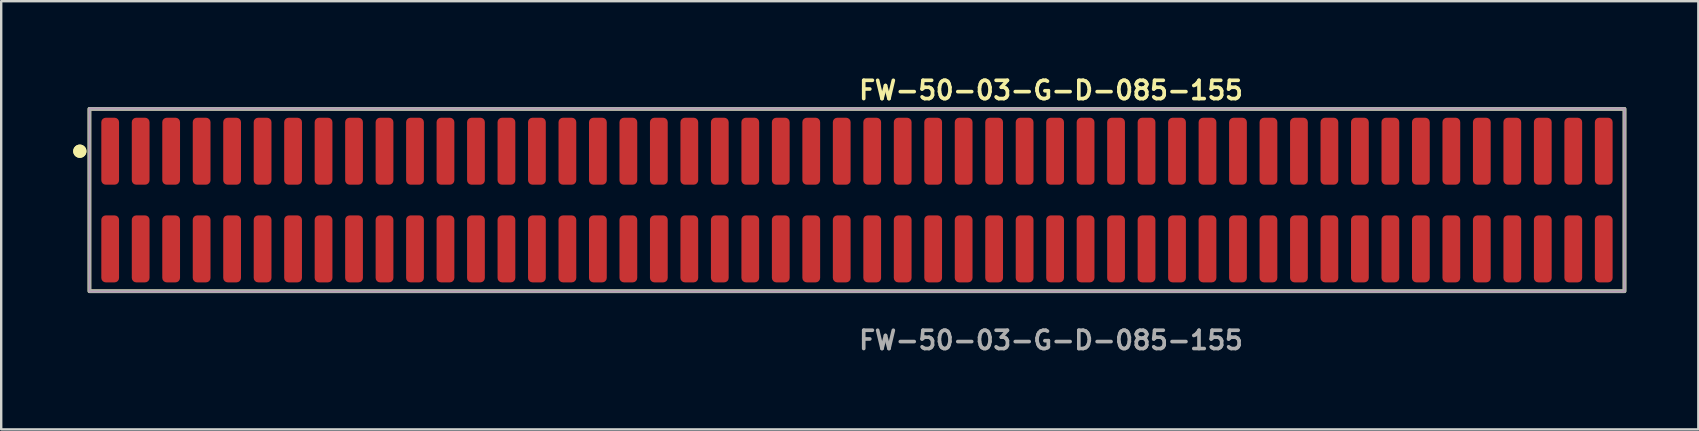
<source format=kicad_pcb>
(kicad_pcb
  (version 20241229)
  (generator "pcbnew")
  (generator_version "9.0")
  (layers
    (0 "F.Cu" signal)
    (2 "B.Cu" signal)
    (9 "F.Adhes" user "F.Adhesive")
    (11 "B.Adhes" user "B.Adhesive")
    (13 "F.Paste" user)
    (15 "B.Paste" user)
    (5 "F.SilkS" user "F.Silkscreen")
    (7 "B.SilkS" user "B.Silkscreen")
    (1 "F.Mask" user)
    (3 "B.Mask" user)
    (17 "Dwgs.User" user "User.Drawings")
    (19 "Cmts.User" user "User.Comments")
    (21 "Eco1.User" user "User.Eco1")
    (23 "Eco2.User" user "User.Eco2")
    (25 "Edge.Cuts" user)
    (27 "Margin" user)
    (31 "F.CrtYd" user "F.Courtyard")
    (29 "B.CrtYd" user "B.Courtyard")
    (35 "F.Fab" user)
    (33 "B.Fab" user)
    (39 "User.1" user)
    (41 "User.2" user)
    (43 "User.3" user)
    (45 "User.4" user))
  (footprint "FW-50-03-G-D-085-155"
    (layer "F.Cu")
    (at 32.656 5.285)
    (property "Reference" "FW-50-03-G-D-085-155" (at 0 -4.572 0) (unlocked yes) (layer "F.SilkS") (effects (font (size 0.762 0.762) (thickness 0.152)) (justify left)))
    (fp_rect (start -31.98 3.8) (end 31.98 -3.8) (stroke (width 0.152) (type solid)) (fill no) (layer "F.SilkS"))
    (fp_circle (center -32.38 -2.035) (end -32.58 -2.035) (stroke (width 0.152) (type solid)) (fill yes) (layer "F.SilkS"))
    (fp_circle (center -32.38 -2.035) (end -32.58 -2.035) (stroke (width 0.152) (type solid)) (fill yes) (layer "F.SilkS"))
    (fp_rect (start -31.98 3.8) (end 31.98 -3.8) (stroke (width 0.006) (type solid)) (fill no) (layer "F.CrtYd"))
    (fp_rect (start -31.98 3.8) (end 31.98 -3.8) (stroke (width 0.152) (type solid)) (fill no) (layer "F.Fab"))
    (fp_text user "${REFERENCE}" (at 0 5.842 0) (unlocked yes) (layer "F.Fab") (effects (font (size 0.762 0.762) (thickness 0.152)) (justify left)))
    (pad "1" smd roundrect (at -31.115 -2.035) (size 0.74 2.79) (layers "F.Cu" "F.Paste") (roundrect_rratio 0.25))
    (pad "2" smd roundrect (at -31.115 2.035) (size 0.74 2.79) (layers "F.Cu" "F.Paste") (roundrect_rratio 0.25))
    (pad "3" smd roundrect (at -29.845 -2.035) (size 0.74 2.79) (layers "F.Cu" "F.Paste") (roundrect_rratio 0.25))
    (pad "4" smd roundrect (at -29.845 2.035) (size 0.74 2.79) (layers "F.Cu" "F.Paste") (roundrect_rratio 0.25))
    (pad "5" smd roundrect (at -28.575 -2.035) (size 0.74 2.79) (layers "F.Cu" "F.Paste") (roundrect_rratio 0.25))
    (pad "6" smd roundrect (at -28.575 2.035) (size 0.74 2.79) (layers "F.Cu" "F.Paste") (roundrect_rratio 0.25))
    (pad "7" smd roundrect (at -27.305 -2.035) (size 0.74 2.79) (layers "F.Cu" "F.Paste") (roundrect_rratio 0.25))
    (pad "8" smd roundrect (at -27.305 2.035) (size 0.74 2.79) (layers "F.Cu" "F.Paste") (roundrect_rratio 0.25))
    (pad "9" smd roundrect (at -26.035 -2.035) (size 0.74 2.79) (layers "F.Cu" "F.Paste") (roundrect_rratio 0.25))
    (pad "10" smd roundrect (at -26.035 2.035) (size 0.74 2.79) (layers "F.Cu" "F.Paste") (roundrect_rratio 0.25))
    (pad "11" smd roundrect (at -24.765 -2.035) (size 0.74 2.79) (layers "F.Cu" "F.Paste") (roundrect_rratio 0.25))
    (pad "12" smd roundrect (at -24.765 2.035) (size 0.74 2.79) (layers "F.Cu" "F.Paste") (roundrect_rratio 0.25))
    (pad "13" smd roundrect (at -23.495 -2.035) (size 0.74 2.79) (layers "F.Cu" "F.Paste") (roundrect_rratio 0.25))
    (pad "14" smd roundrect (at -23.495 2.035) (size 0.74 2.79) (layers "F.Cu" "F.Paste") (roundrect_rratio 0.25))
    (pad "15" smd roundrect (at -22.225 -2.035) (size 0.74 2.79) (layers "F.Cu" "F.Paste") (roundrect_rratio 0.25))
    (pad "16" smd roundrect (at -22.225 2.035) (size 0.74 2.79) (layers "F.Cu" "F.Paste") (roundrect_rratio 0.25))
    (pad "17" smd roundrect (at -20.955 -2.035) (size 0.74 2.79) (layers "F.Cu" "F.Paste") (roundrect_rratio 0.25))
    (pad "18" smd roundrect (at -20.955 2.035) (size 0.74 2.79) (layers "F.Cu" "F.Paste") (roundrect_rratio 0.25))
    (pad "19" smd roundrect (at -19.685 -2.035) (size 0.74 2.79) (layers "F.Cu" "F.Paste") (roundrect_rratio 0.25))
    (pad "20" smd roundrect (at -19.685 2.035) (size 0.74 2.79) (layers "F.Cu" "F.Paste") (roundrect_rratio 0.25))
    (pad "21" smd roundrect (at -18.415 -2.035) (size 0.74 2.79) (layers "F.Cu" "F.Paste") (roundrect_rratio 0.25))
    (pad "22" smd roundrect (at -18.415 2.035) (size 0.74 2.79) (layers "F.Cu" "F.Paste") (roundrect_rratio 0.25))
    (pad "23" smd roundrect (at -17.145 -2.035) (size 0.74 2.79) (layers "F.Cu" "F.Paste") (roundrect_rratio 0.25))
    (pad "24" smd roundrect (at -17.145 2.035) (size 0.74 2.79) (layers "F.Cu" "F.Paste") (roundrect_rratio 0.25))
    (pad "25" smd roundrect (at -15.875 -2.035) (size 0.74 2.79) (layers "F.Cu" "F.Paste") (roundrect_rratio 0.25))
    (pad "26" smd roundrect (at -15.875 2.035) (size 0.74 2.79) (layers "F.Cu" "F.Paste") (roundrect_rratio 0.25))
    (pad "27" smd roundrect (at -14.605 -2.035) (size 0.74 2.79) (layers "F.Cu" "F.Paste") (roundrect_rratio 0.25))
    (pad "28" smd roundrect (at -14.605 2.035) (size 0.74 2.79) (layers "F.Cu" "F.Paste") (roundrect_rratio 0.25))
    (pad "29" smd roundrect (at -13.335 -2.035) (size 0.74 2.79) (layers "F.Cu" "F.Paste") (roundrect_rratio 0.25))
    (pad "30" smd roundrect (at -13.335 2.035) (size 0.74 2.79) (layers "F.Cu" "F.Paste") (roundrect_rratio 0.25))
    (pad "31" smd roundrect (at -12.065 -2.035) (size 0.74 2.79) (layers "F.Cu" "F.Paste") (roundrect_rratio 0.25))
    (pad "32" smd roundrect (at -12.065 2.035) (size 0.74 2.79) (layers "F.Cu" "F.Paste") (roundrect_rratio 0.25))
    (pad "33" smd roundrect (at -10.795 -2.035) (size 0.74 2.79) (layers "F.Cu" "F.Paste") (roundrect_rratio 0.25))
    (pad "34" smd roundrect (at -10.795 2.035) (size 0.74 2.79) (layers "F.Cu" "F.Paste") (roundrect_rratio 0.25))
    (pad "35" smd roundrect (at -9.525 -2.035) (size 0.74 2.79) (layers "F.Cu" "F.Paste") (roundrect_rratio 0.25))
    (pad "36" smd roundrect (at -9.525 2.035) (size 0.74 2.79) (layers "F.Cu" "F.Paste") (roundrect_rratio 0.25))
    (pad "37" smd roundrect (at -8.255 -2.035) (size 0.74 2.79) (layers "F.Cu" "F.Paste") (roundrect_rratio 0.25))
    (pad "38" smd roundrect (at -8.255 2.035) (size 0.74 2.79) (layers "F.Cu" "F.Paste") (roundrect_rratio 0.25))
    (pad "39" smd roundrect (at -6.985 -2.035) (size 0.74 2.79) (layers "F.Cu" "F.Paste") (roundrect_rratio 0.25))
    (pad "40" smd roundrect (at -6.985 2.035) (size 0.74 2.79) (layers "F.Cu" "F.Paste") (roundrect_rratio 0.25))
    (pad "41" smd roundrect (at -5.715 -2.035) (size 0.74 2.79) (layers "F.Cu" "F.Paste") (roundrect_rratio 0.25))
    (pad "42" smd roundrect (at -5.715 2.035) (size 0.74 2.79) (layers "F.Cu" "F.Paste") (roundrect_rratio 0.25))
    (pad "43" smd roundrect (at -4.445 -2.035) (size 0.74 2.79) (layers "F.Cu" "F.Paste") (roundrect_rratio 0.25))
    (pad "44" smd roundrect (at -4.445 2.035) (size 0.74 2.79) (layers "F.Cu" "F.Paste") (roundrect_rratio 0.25))
    (pad "45" smd roundrect (at -3.175 -2.035) (size 0.74 2.79) (layers "F.Cu" "F.Paste") (roundrect_rratio 0.25))
    (pad "46" smd roundrect (at -3.175 2.035) (size 0.74 2.79) (layers "F.Cu" "F.Paste") (roundrect_rratio 0.25))
    (pad "47" smd roundrect (at -1.905 -2.035) (size 0.74 2.79) (layers "F.Cu" "F.Paste") (roundrect_rratio 0.25))
    (pad "48" smd roundrect (at -1.905 2.035) (size 0.74 2.79) (layers "F.Cu" "F.Paste") (roundrect_rratio 0.25))
    (pad "49" smd roundrect (at -0.635 -2.035) (size 0.74 2.79) (layers "F.Cu" "F.Paste") (roundrect_rratio 0.25))
    (pad "50" smd roundrect (at -0.635 2.035) (size 0.74 2.79) (layers "F.Cu" "F.Paste") (roundrect_rratio 0.25))
    (pad "51" smd roundrect (at 0.635 -2.035) (size 0.74 2.79) (layers "F.Cu" "F.Paste") (roundrect_rratio 0.25))
    (pad "52" smd roundrect (at 0.635 2.035) (size 0.74 2.79) (layers "F.Cu" "F.Paste") (roundrect_rratio 0.25))
    (pad "53" smd roundrect (at 1.905 -2.035) (size 0.74 2.79) (layers "F.Cu" "F.Paste") (roundrect_rratio 0.25))
    (pad "54" smd roundrect (at 1.905 2.035) (size 0.74 2.79) (layers "F.Cu" "F.Paste") (roundrect_rratio 0.25))
    (pad "55" smd roundrect (at 3.175 -2.035) (size 0.74 2.79) (layers "F.Cu" "F.Paste") (roundrect_rratio 0.25))
    (pad "56" smd roundrect (at 3.175 2.035) (size 0.74 2.79) (layers "F.Cu" "F.Paste") (roundrect_rratio 0.25))
    (pad "57" smd roundrect (at 4.445 -2.035) (size 0.74 2.79) (layers "F.Cu" "F.Paste") (roundrect_rratio 0.25))
    (pad "58" smd roundrect (at 4.445 2.035) (size 0.74 2.79) (layers "F.Cu" "F.Paste") (roundrect_rratio 0.25))
    (pad "59" smd roundrect (at 5.715 -2.035) (size 0.74 2.79) (layers "F.Cu" "F.Paste") (roundrect_rratio 0.25))
    (pad "60" smd roundrect (at 5.715 2.035) (size 0.74 2.79) (layers "F.Cu" "F.Paste") (roundrect_rratio 0.25))
    (pad "61" smd roundrect (at 6.985 -2.035) (size 0.74 2.79) (layers "F.Cu" "F.Paste") (roundrect_rratio 0.25))
    (pad "62" smd roundrect (at 6.985 2.035) (size 0.74 2.79) (layers "F.Cu" "F.Paste") (roundrect_rratio 0.25))
    (pad "63" smd roundrect (at 8.255 -2.035) (size 0.74 2.79) (layers "F.Cu" "F.Paste") (roundrect_rratio 0.25))
    (pad "64" smd roundrect (at 8.255 2.035) (size 0.74 2.79) (layers "F.Cu" "F.Paste") (roundrect_rratio 0.25))
    (pad "65" smd roundrect (at 9.525 -2.035) (size 0.74 2.79) (layers "F.Cu" "F.Paste") (roundrect_rratio 0.25))
    (pad "66" smd roundrect (at 9.525 2.035) (size 0.74 2.79) (layers "F.Cu" "F.Paste") (roundrect_rratio 0.25))
    (pad "67" smd roundrect (at 10.795 -2.035) (size 0.74 2.79) (layers "F.Cu" "F.Paste") (roundrect_rratio 0.25))
    (pad "68" smd roundrect (at 10.795 2.035) (size 0.74 2.79) (layers "F.Cu" "F.Paste") (roundrect_rratio 0.25))
    (pad "69" smd roundrect (at 12.065 -2.035) (size 0.74 2.79) (layers "F.Cu" "F.Paste") (roundrect_rratio 0.25))
    (pad "70" smd roundrect (at 12.065 2.035) (size 0.74 2.79) (layers "F.Cu" "F.Paste") (roundrect_rratio 0.25))
    (pad "71" smd roundrect (at 13.335 -2.035) (size 0.74 2.79) (layers "F.Cu" "F.Paste") (roundrect_rratio 0.25))
    (pad "72" smd roundrect (at 13.335 2.035) (size 0.74 2.79) (layers "F.Cu" "F.Paste") (roundrect_rratio 0.25))
    (pad "73" smd roundrect (at 14.605 -2.035) (size 0.74 2.79) (layers "F.Cu" "F.Paste") (roundrect_rratio 0.25))
    (pad "74" smd roundrect (at 14.605 2.035) (size 0.74 2.79) (layers "F.Cu" "F.Paste") (roundrect_rratio 0.25))
    (pad "75" smd roundrect (at 15.875 -2.035) (size 0.74 2.79) (layers "F.Cu" "F.Paste") (roundrect_rratio 0.25))
    (pad "76" smd roundrect (at 15.875 2.035) (size 0.74 2.79) (layers "F.Cu" "F.Paste") (roundrect_rratio 0.25))
    (pad "77" smd roundrect (at 17.145 -2.035) (size 0.74 2.79) (layers "F.Cu" "F.Paste") (roundrect_rratio 0.25))
    (pad "78" smd roundrect (at 17.145 2.035) (size 0.74 2.79) (layers "F.Cu" "F.Paste") (roundrect_rratio 0.25))
    (pad "79" smd roundrect (at 18.415 -2.035) (size 0.74 2.79) (layers "F.Cu" "F.Paste") (roundrect_rratio 0.25))
    (pad "80" smd roundrect (at 18.415 2.035) (size 0.74 2.79) (layers "F.Cu" "F.Paste") (roundrect_rratio 0.25))
    (pad "81" smd roundrect (at 19.685 -2.035) (size 0.74 2.79) (layers "F.Cu" "F.Paste") (roundrect_rratio 0.25))
    (pad "82" smd roundrect (at 19.685 2.035) (size 0.74 2.79) (layers "F.Cu" "F.Paste") (roundrect_rratio 0.25))
    (pad "83" smd roundrect (at 20.955 -2.035) (size 0.74 2.79) (layers "F.Cu" "F.Paste") (roundrect_rratio 0.25))
    (pad "84" smd roundrect (at 20.955 2.035) (size 0.74 2.79) (layers "F.Cu" "F.Paste") (roundrect_rratio 0.25))
    (pad "85" smd roundrect (at 22.225 -2.035) (size 0.74 2.79) (layers "F.Cu" "F.Paste") (roundrect_rratio 0.25))
    (pad "86" smd roundrect (at 22.225 2.035) (size 0.74 2.79) (layers "F.Cu" "F.Paste") (roundrect_rratio 0.25))
    (pad "87" smd roundrect (at 23.495 -2.035) (size 0.74 2.79) (layers "F.Cu" "F.Paste") (roundrect_rratio 0.25))
    (pad "88" smd roundrect (at 23.495 2.035) (size 0.74 2.79) (layers "F.Cu" "F.Paste") (roundrect_rratio 0.25))
    (pad "89" smd roundrect (at 24.765 -2.035) (size 0.74 2.79) (layers "F.Cu" "F.Paste") (roundrect_rratio 0.25))
    (pad "90" smd roundrect (at 24.765 2.035) (size 0.74 2.79) (layers "F.Cu" "F.Paste") (roundrect_rratio 0.25))
    (pad "91" smd roundrect (at 26.035 -2.035) (size 0.74 2.79) (layers "F.Cu" "F.Paste") (roundrect_rratio 0.25))
    (pad "92" smd roundrect (at 26.035 2.035) (size 0.74 2.79) (layers "F.Cu" "F.Paste") (roundrect_rratio 0.25))
    (pad "93" smd roundrect (at 27.305 -2.035) (size 0.74 2.79) (layers "F.Cu" "F.Paste") (roundrect_rratio 0.25))
    (pad "94" smd roundrect (at 27.305 2.035) (size 0.74 2.79) (layers "F.Cu" "F.Paste") (roundrect_rratio 0.25))
    (pad "95" smd roundrect (at 28.575 -2.035) (size 0.74 2.79) (layers "F.Cu" "F.Paste") (roundrect_rratio 0.25))
    (pad "96" smd roundrect (at 28.575 2.035) (size 0.74 2.79) (layers "F.Cu" "F.Paste") (roundrect_rratio 0.25))
    (pad "97" smd roundrect (at 29.845 -2.035) (size 0.74 2.79) (layers "F.Cu" "F.Paste") (roundrect_rratio 0.25))
    (pad "98" smd roundrect (at 29.845 2.035) (size 0.74 2.79) (layers "F.Cu" "F.Paste") (roundrect_rratio 0.25))
    (pad "99" smd roundrect (at 31.115 -2.035) (size 0.74 2.79) (layers "F.Cu" "F.Paste") (roundrect_rratio 0.25))
    (pad "100" smd roundrect (at 31.115 2.035) (size 0.74 2.79) (layers "F.Cu" "F.Paste") (roundrect_rratio 0.25)))
  (gr_rect
    (start -3 -3)
    (end 67.712 14.84)
    (stroke (width 0.1) (type default))
    (fill no)
    (layer "Edge.Cuts")))
</source>
